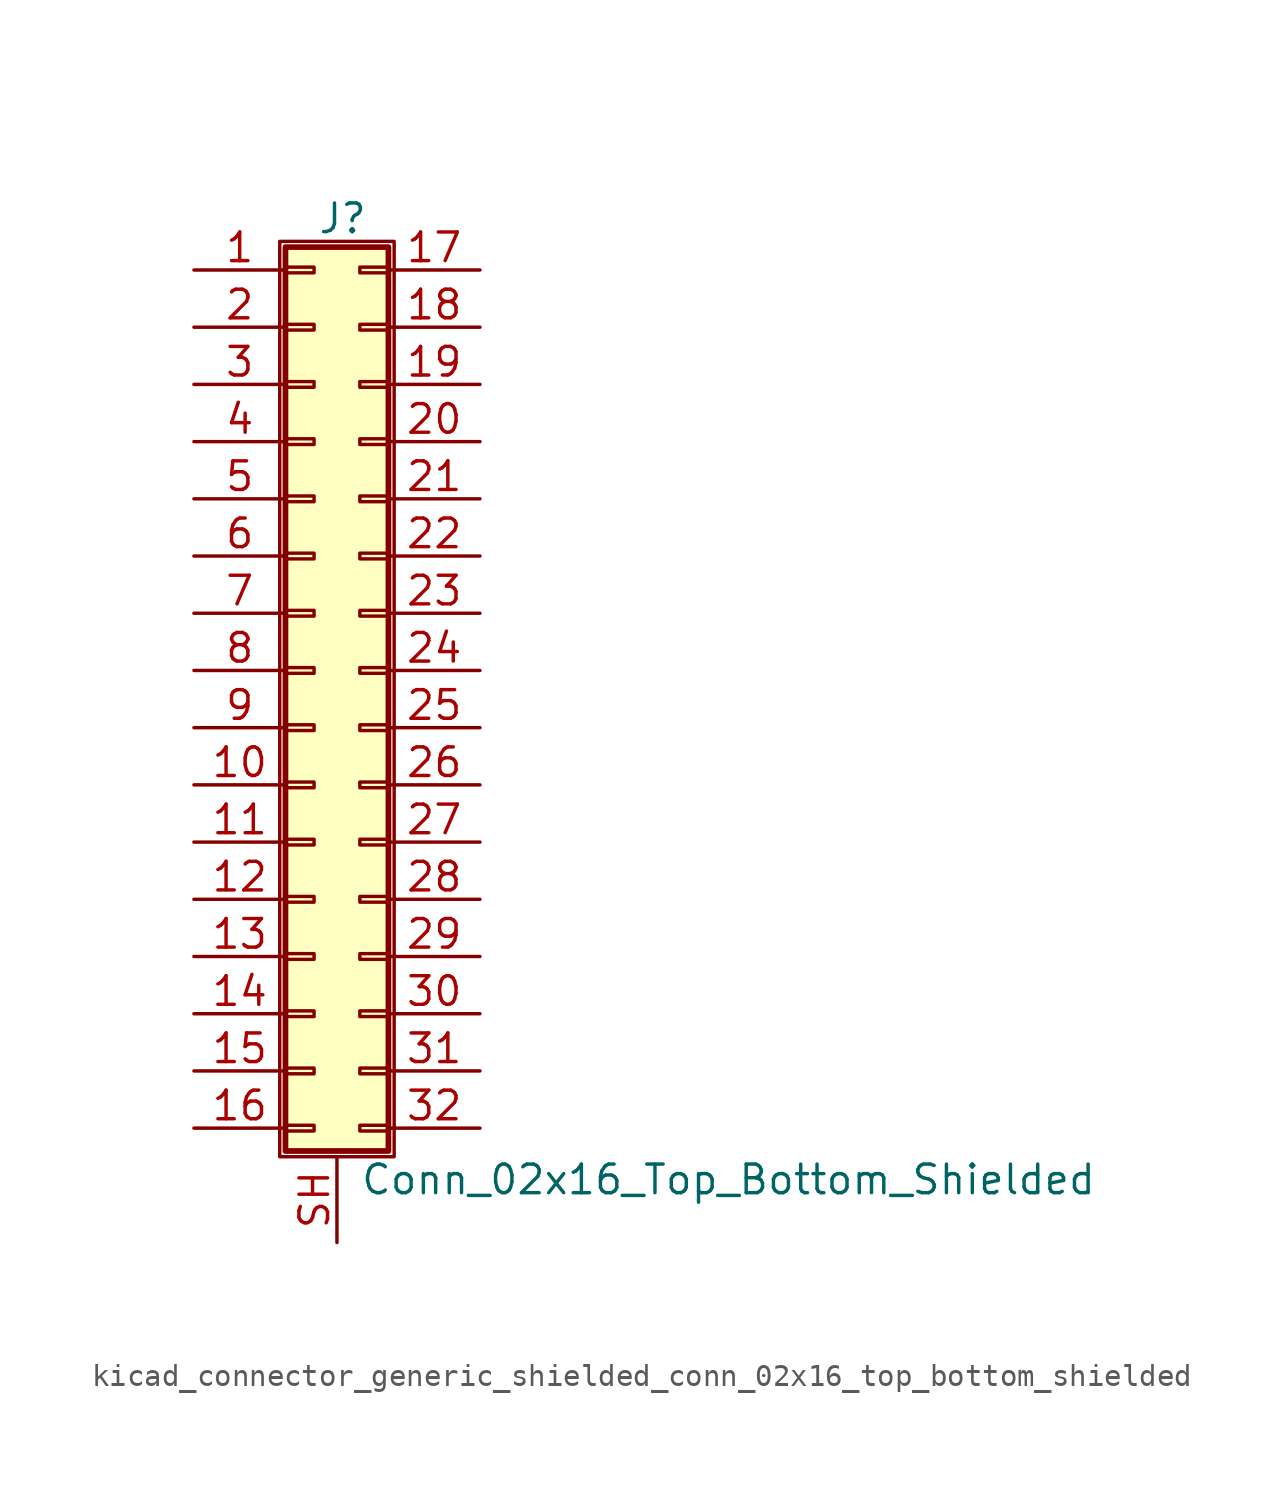
<source format=kicad_sym>
(kicad_symbol_lib
  (version 20220914)
  (generator kicad_symbol_editor)
  (symbol "kicad_connector_generic_shielded_conn_02x16_top_bottom_shielded"
    (pin_names
      (offset 1.016) hide)
    (property "Reference" "J"
      (at 1.524 20.066 0)
      (effects (font (size 1.27 1.27))))
    (property "Value" "Conn_02x16_Top_Bottom_Shielded"
      (at 2.286 -22.606 0)
      (effects (font (size 1.27 1.27)) (justify left)))
    (symbol "kicad_connector_generic_shielded_conn_02x16_top_bottom_shielded_1_1"
      (rectangle (start -1.27 19.05) (end 3.81 -21.59) (stroke (width 0.152) (type default)) (fill (type none)))
      (rectangle (start -1.016 -20.193) (end 0.254 -20.447) (stroke (width 0.152) (type default)) (fill (type none)))
      (rectangle (start -1.016 -17.653) (end 0.254 -17.907) (stroke (width 0.152) (type default)) (fill (type none)))
      (rectangle (start -1.016 -15.113) (end 0.254 -15.367) (stroke (width 0.152) (type default)) (fill (type none)))
      (rectangle (start -1.016 -12.573) (end 0.254 -12.827) (stroke (width 0.152) (type default)) (fill (type none)))
      (rectangle (start -1.016 -10.033) (end 0.254 -10.287) (stroke (width 0.152) (type default)) (fill (type none)))
      (rectangle (start -1.016 -7.493) (end 0.254 -7.747) (stroke (width 0.152) (type default)) (fill (type none)))
      (rectangle (start -1.016 -4.953) (end 0.254 -5.207) (stroke (width 0.152) (type default)) (fill (type none)))
      (rectangle (start -1.016 -2.413) (end 0.254 -2.667) (stroke (width 0.152) (type default)) (fill (type none)))
      (rectangle (start -1.016 0.127) (end 0.254 -0.127) (stroke (width 0.152) (type default)) (fill (type none)))
      (rectangle (start -1.016 2.667) (end 0.254 2.413) (stroke (width 0.152) (type default)) (fill (type none)))
      (rectangle (start -1.016 5.207) (end 0.254 4.953) (stroke (width 0.152) (type default)) (fill (type none)))
      (rectangle (start -1.016 7.747) (end 0.254 7.493) (stroke (width 0.152) (type default)) (fill (type none)))
      (rectangle (start -1.016 10.287) (end 0.254 10.033) (stroke (width 0.152) (type default)) (fill (type none)))
      (rectangle (start -1.016 12.827) (end 0.254 12.573) (stroke (width 0.152) (type default)) (fill (type none)))
      (rectangle (start -1.016 15.367) (end 0.254 15.113) (stroke (width 0.152) (type default)) (fill (type none)))
      (rectangle (start -1.016 17.907) (end 0.254 17.653) (stroke (width 0.152) (type default)) (fill (type none)))
      (rectangle (start -1.016 18.796) (end 3.556 -21.336) (stroke (width 0.254) (type default)) (fill (type background)))
      (rectangle (start 3.556 -20.193) (end 2.286 -20.447) (stroke (width 0.152) (type default)) (fill (type none)))
      (rectangle (start 3.556 -17.653) (end 2.286 -17.907) (stroke (width 0.152) (type default)) (fill (type none)))
      (rectangle (start 3.556 -15.113) (end 2.286 -15.367) (stroke (width 0.152) (type default)) (fill (type none)))
      (rectangle (start 3.556 -12.573) (end 2.286 -12.827) (stroke (width 0.152) (type default)) (fill (type none)))
      (rectangle (start 3.556 -10.033) (end 2.286 -10.287) (stroke (width 0.152) (type default)) (fill (type none)))
      (rectangle (start 3.556 -7.493) (end 2.286 -7.747) (stroke (width 0.152) (type default)) (fill (type none)))
      (rectangle (start 3.556 -4.953) (end 2.286 -5.207) (stroke (width 0.152) (type default)) (fill (type none)))
      (rectangle (start 3.556 -2.413) (end 2.286 -2.667) (stroke (width 0.152) (type default)) (fill (type none)))
      (rectangle (start 3.556 0.127) (end 2.286 -0.127) (stroke (width 0.152) (type default)) (fill (type none)))
      (rectangle (start 3.556 2.667) (end 2.286 2.413) (stroke (width 0.152) (type default)) (fill (type none)))
      (rectangle (start 3.556 5.207) (end 2.286 4.953) (stroke (width 0.152) (type default)) (fill (type none)))
      (rectangle (start 3.556 7.747) (end 2.286 7.493) (stroke (width 0.152) (type default)) (fill (type none)))
      (rectangle (start 3.556 10.287) (end 2.286 10.033) (stroke (width 0.152) (type default)) (fill (type none)))
      (rectangle (start 3.556 12.827) (end 2.286 12.573) (stroke (width 0.152) (type default)) (fill (type none)))
      (rectangle (start 3.556 15.367) (end 2.286 15.113) (stroke (width 0.152) (type default)) (fill (type none)))
      (rectangle (start 3.556 17.907) (end 2.286 17.653) (stroke (width 0.152) (type default)) (fill (type none)))
      (pin passive line (at -5.08 17.78 0) (length 4.064) (name "Pin_1" (effects (font (size 1.27 1.27)))) (number "1" (effects (font (size 1.27 1.27)))))
      (pin passive line (at -5.08 -5.08 0) (length 4.064) (name "Pin_10" (effects (font (size 1.27 1.27)))) (number "10" (effects (font (size 1.27 1.27)))))
      (pin passive line (at -5.08 -7.62 0) (length 4.064) (name "Pin_11" (effects (font (size 1.27 1.27)))) (number "11" (effects (font (size 1.27 1.27)))))
      (pin passive line (at -5.08 -10.16 0) (length 4.064) (name "Pin_12" (effects (font (size 1.27 1.27)))) (number "12" (effects (font (size 1.27 1.27)))))
      (pin passive line (at -5.08 -12.7 0) (length 4.064) (name "Pin_13" (effects (font (size 1.27 1.27)))) (number "13" (effects (font (size 1.27 1.27)))))
      (pin passive line (at -5.08 -15.24 0) (length 4.064) (name "Pin_14" (effects (font (size 1.27 1.27)))) (number "14" (effects (font (size 1.27 1.27)))))
      (pin passive line (at -5.08 -17.78 0) (length 4.064) (name "Pin_15" (effects (font (size 1.27 1.27)))) (number "15" (effects (font (size 1.27 1.27)))))
      (pin passive line (at -5.08 -20.32 0) (length 4.064) (name "Pin_16" (effects (font (size 1.27 1.27)))) (number "16" (effects (font (size 1.27 1.27)))))
      (pin passive line (at 7.62 17.78 180) (length 4.064) (name "Pin_17" (effects (font (size 1.27 1.27)))) (number "17" (effects (font (size 1.27 1.27)))))
      (pin passive line (at 7.62 15.24 180) (length 4.064) (name "Pin_18" (effects (font (size 1.27 1.27)))) (number "18" (effects (font (size 1.27 1.27)))))
      (pin passive line (at 7.62 12.7 180) (length 4.064) (name "Pin_19" (effects (font (size 1.27 1.27)))) (number "19" (effects (font (size 1.27 1.27)))))
      (pin passive line (at -5.08 15.24 0) (length 4.064) (name "Pin_2" (effects (font (size 1.27 1.27)))) (number "2" (effects (font (size 1.27 1.27)))))
      (pin passive line (at 7.62 10.16 180) (length 4.064) (name "Pin_20" (effects (font (size 1.27 1.27)))) (number "20" (effects (font (size 1.27 1.27)))))
      (pin passive line (at 7.62 7.62 180) (length 4.064) (name "Pin_21" (effects (font (size 1.27 1.27)))) (number "21" (effects (font (size 1.27 1.27)))))
      (pin passive line (at 7.62 5.08 180) (length 4.064) (name "Pin_22" (effects (font (size 1.27 1.27)))) (number "22" (effects (font (size 1.27 1.27)))))
      (pin passive line (at 7.62 2.54 180) (length 4.064) (name "Pin_23" (effects (font (size 1.27 1.27)))) (number "23" (effects (font (size 1.27 1.27)))))
      (pin passive line (at 7.62 0 180) (length 4.064) (name "Pin_24" (effects (font (size 1.27 1.27)))) (number "24" (effects (font (size 1.27 1.27)))))
      (pin passive line (at 7.62 -2.54 180) (length 4.064) (name "Pin_25" (effects (font (size 1.27 1.27)))) (number "25" (effects (font (size 1.27 1.27)))))
      (pin passive line (at 7.62 -5.08 180) (length 4.064) (name "Pin_26" (effects (font (size 1.27 1.27)))) (number "26" (effects (font (size 1.27 1.27)))))
      (pin passive line (at 7.62 -7.62 180) (length 4.064) (name "Pin_27" (effects (font (size 1.27 1.27)))) (number "27" (effects (font (size 1.27 1.27)))))
      (pin passive line (at 7.62 -10.16 180) (length 4.064) (name "Pin_28" (effects (font (size 1.27 1.27)))) (number "28" (effects (font (size 1.27 1.27)))))
      (pin passive line (at 7.62 -12.7 180) (length 4.064) (name "Pin_29" (effects (font (size 1.27 1.27)))) (number "29" (effects (font (size 1.27 1.27)))))
      (pin passive line (at -5.08 12.7 0) (length 4.064) (name "Pin_3" (effects (font (size 1.27 1.27)))) (number "3" (effects (font (size 1.27 1.27)))))
      (pin passive line (at 7.62 -15.24 180) (length 4.064) (name "Pin_30" (effects (font (size 1.27 1.27)))) (number "30" (effects (font (size 1.27 1.27)))))
      (pin passive line (at 7.62 -17.78 180) (length 4.064) (name "Pin_31" (effects (font (size 1.27 1.27)))) (number "31" (effects (font (size 1.27 1.27)))))
      (pin passive line (at 7.62 -20.32 180) (length 4.064) (name "Pin_32" (effects (font (size 1.27 1.27)))) (number "32" (effects (font (size 1.27 1.27)))))
      (pin passive line (at -5.08 10.16 0) (length 4.064) (name "Pin_4" (effects (font (size 1.27 1.27)))) (number "4" (effects (font (size 1.27 1.27)))))
      (pin passive line (at -5.08 7.62 0) (length 4.064) (name "Pin_5" (effects (font (size 1.27 1.27)))) (number "5" (effects (font (size 1.27 1.27)))))
      (pin passive line (at -5.08 5.08 0) (length 4.064) (name "Pin_6" (effects (font (size 1.27 1.27)))) (number "6" (effects (font (size 1.27 1.27)))))
      (pin passive line (at -5.08 2.54 0) (length 4.064) (name "Pin_7" (effects (font (size 1.27 1.27)))) (number "7" (effects (font (size 1.27 1.27)))))
      (pin passive line (at -5.08 0 0) (length 4.064) (name "Pin_8" (effects (font (size 1.27 1.27)))) (number "8" (effects (font (size 1.27 1.27)))))
      (pin passive line (at -5.08 -2.54 0) (length 4.064) (name "Pin_9" (effects (font (size 1.27 1.27)))) (number "9" (effects (font (size 1.27 1.27)))))
      (pin passive line (at 1.27 -25.4 90) (length 3.81) (name "Shield" (effects (font (size 1.27 1.27)))) (number "SH" (effects (font (size 1.27 1.27))))))))
</source>
